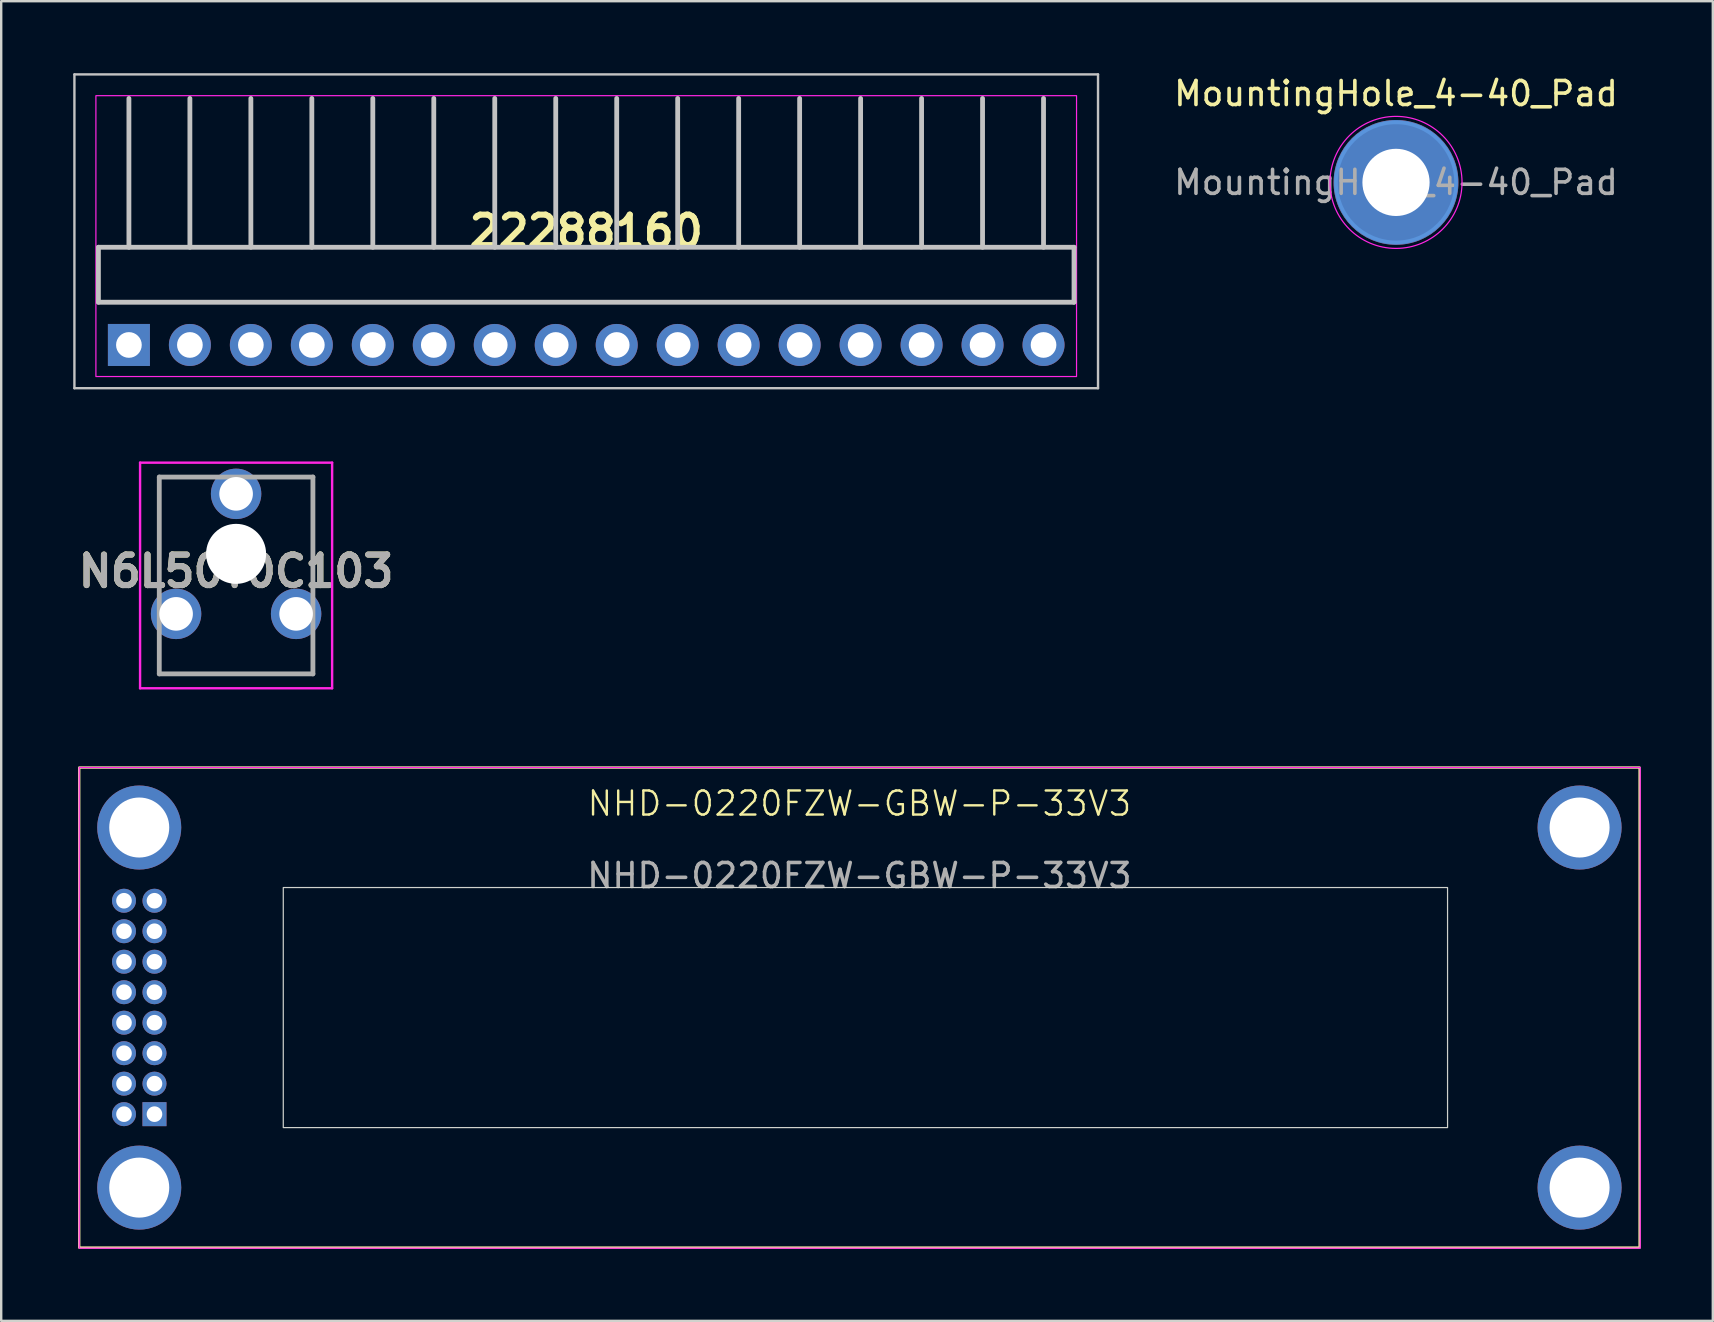
<source format=kicad_pcb>
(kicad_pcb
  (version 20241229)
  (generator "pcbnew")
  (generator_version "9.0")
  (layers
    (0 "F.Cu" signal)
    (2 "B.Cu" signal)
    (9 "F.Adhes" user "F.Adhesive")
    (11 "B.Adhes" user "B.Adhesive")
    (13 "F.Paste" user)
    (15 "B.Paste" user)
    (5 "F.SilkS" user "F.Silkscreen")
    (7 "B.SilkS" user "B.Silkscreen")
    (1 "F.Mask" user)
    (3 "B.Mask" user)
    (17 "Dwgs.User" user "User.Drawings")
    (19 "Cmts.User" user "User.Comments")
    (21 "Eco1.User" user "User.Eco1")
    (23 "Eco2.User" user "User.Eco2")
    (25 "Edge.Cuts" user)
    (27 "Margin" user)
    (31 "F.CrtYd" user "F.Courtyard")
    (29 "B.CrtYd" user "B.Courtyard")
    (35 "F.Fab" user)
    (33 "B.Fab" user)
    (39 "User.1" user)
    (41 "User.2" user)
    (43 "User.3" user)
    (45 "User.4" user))
  (footprint "22288160"
    (layer "F.Cu")
    (at 21.37 6.586)
    (property "Reference" "22288160" (at 0 0 0) (layer "F.SilkS") (effects (font (size 1.27 1.27) (thickness 0.254))))
    (attr through_hole exclude_from_pos_files)
    (fp_line (start -20.32 0.664) (end 20.32 0.664) (stroke (width 0.1) (type solid)) (layer "F.SilkS"))
    (fp_line (start -20.32 2.954) (end -20.32 0.664) (stroke (width 0.1) (type solid)) (layer "F.SilkS"))
    (fp_line (start 20.32 0.664) (end 20.32 2.954) (stroke (width 0.1) (type solid)) (layer "F.SilkS"))
    (fp_line (start 20.32 2.954) (end -20.32 2.954) (stroke (width 0.1) (type solid)) (layer "F.SilkS"))
    (fp_line (start -21.32 -6.536) (end 21.32 -6.536) (stroke (width 0.1) (type solid)) (layer "Dwgs.User"))
    (fp_line (start -21.32 6.536) (end -21.32 -6.536) (stroke (width 0.1) (type solid)) (layer "Dwgs.User"))
    (fp_line (start -20.32 0.664) (end 20.32 0.664) (stroke (width 0.2) (type solid)) (layer "Dwgs.User"))
    (fp_line (start -20.32 2.954) (end -20.32 0.664) (stroke (width 0.2) (type solid)) (layer "Dwgs.User"))
    (fp_line (start -19.05 0.664) (end -19.05 -5.536) (stroke (width 0.2) (type solid)) (layer "Dwgs.User"))
    (fp_line (start -16.51 -5.536) (end -16.51 0.664) (stroke (width 0.2) (type solid)) (layer "Dwgs.User"))
    (fp_line (start -13.97 -5.536) (end -13.97 0.664) (stroke (width 0.2) (type solid)) (layer "Dwgs.User"))
    (fp_line (start -11.43 -5.536) (end -11.43 0.664) (stroke (width 0.2) (type solid)) (layer "Dwgs.User"))
    (fp_line (start -8.89 -5.536) (end -8.89 0.664) (stroke (width 0.2) (type solid)) (layer "Dwgs.User"))
    (fp_line (start -6.35 -5.536) (end -6.35 0.664) (stroke (width 0.2) (type solid)) (layer "Dwgs.User"))
    (fp_line (start -3.81 -5.536) (end -3.81 0.664) (stroke (width 0.2) (type solid)) (layer "Dwgs.User"))
    (fp_line (start -1.27 -5.536) (end -1.27 0.664) (stroke (width 0.2) (type solid)) (layer "Dwgs.User"))
    (fp_line (start 1.27 -5.536) (end 1.27 0.664) (stroke (width 0.2) (type solid)) (layer "Dwgs.User"))
    (fp_line (start 3.81 -5.536) (end 3.81 0.664) (stroke (width 0.2) (type solid)) (layer "Dwgs.User"))
    (fp_line (start 6.35 -5.536) (end 6.35 0.664) (stroke (width 0.2) (type solid)) (layer "Dwgs.User"))
    (fp_line (start 8.89 -5.536) (end 8.89 0.664) (stroke (width 0.2) (type solid)) (layer "Dwgs.User"))
    (fp_line (start 11.43 -5.536) (end 11.43 0.664) (stroke (width 0.2) (type solid)) (layer "Dwgs.User"))
    (fp_line (start 13.97 -5.536) (end 13.97 0.664) (stroke (width 0.2) (type solid)) (layer "Dwgs.User"))
    (fp_line (start 16.51 -5.536) (end 16.51 0.664) (stroke (width 0.2) (type solid)) (layer "Dwgs.User"))
    (fp_line (start 19.05 -5.536) (end 19.05 0.664) (stroke (width 0.2) (type solid)) (layer "Dwgs.User"))
    (fp_line (start 20.32 0.664) (end 20.32 2.954) (stroke (width 0.2) (type solid)) (layer "Dwgs.User"))
    (fp_line (start 20.32 2.954) (end -20.32 2.954) (stroke (width 0.2) (type solid)) (layer "Dwgs.User"))
    (fp_line (start 21.32 -6.536) (end 21.32 6.536) (stroke (width 0.1) (type solid)) (layer "Dwgs.User"))
    (fp_line (start 21.32 6.536) (end -21.32 6.536) (stroke (width 0.1) (type solid)) (layer "Dwgs.User"))
    (fp_rect (start -20.425 -5.65) (end 20.425 6.05) (stroke (width 0.05) (type default)) (fill no) (layer "F.CrtYd"))
    (pad "1" thru_hole rect (at -19.05 4.734 90) (size 1.75 1.75) (drill 1.07) (layers "*.Cu" "*.Mask"))
    (pad "2" thru_hole circle (at -16.51 4.734 90) (size 1.75 1.75) (drill 1.07) (layers "*.Cu" "*.Mask"))
    (pad "3" thru_hole circle (at -13.97 4.734 90) (size 1.75 1.75) (drill 1.07) (layers "*.Cu" "*.Mask"))
    (pad "4" thru_hole circle (at -11.43 4.734 90) (size 1.75 1.75) (drill 1.07) (layers "*.Cu" "*.Mask"))
    (pad "5" thru_hole circle (at -8.89 4.734 90) (size 1.75 1.75) (drill 1.07) (layers "*.Cu" "*.Mask"))
    (pad "6" thru_hole circle (at -6.35 4.734 90) (size 1.75 1.75) (drill 1.07) (layers "*.Cu" "*.Mask"))
    (pad "7" thru_hole circle (at -3.81 4.734 90) (size 1.75 1.75) (drill 1.07) (layers "*.Cu" "*.Mask"))
    (pad "8" thru_hole circle (at -1.27 4.734 90) (size 1.75 1.75) (drill 1.07) (layers "*.Cu" "*.Mask"))
    (pad "9" thru_hole circle (at 1.27 4.734 90) (size 1.75 1.75) (drill 1.07) (layers "*.Cu" "*.Mask"))
    (pad "10" thru_hole circle (at 3.81 4.734 90) (size 1.75 1.75) (drill 1.07) (layers "*.Cu" "*.Mask"))
    (pad "11" thru_hole circle (at 6.35 4.734 90) (size 1.75 1.75) (drill 1.07) (layers "*.Cu" "*.Mask"))
    (pad "12" thru_hole circle (at 8.89 4.734 90) (size 1.75 1.75) (drill 1.07) (layers "*.Cu" "*.Mask"))
    (pad "13" thru_hole circle (at 11.43 4.734 90) (size 1.75 1.75) (drill 1.07) (layers "*.Cu" "*.Mask"))
    (pad "14" thru_hole circle (at 13.97 4.734 90) (size 1.75 1.75) (drill 1.07) (layers "*.Cu" "*.Mask"))
    (pad "15" thru_hole circle (at 16.51 4.734 90) (size 1.75 1.75) (drill 1.07) (layers "*.Cu" "*.Mask"))
    (pad "16" thru_hole circle (at 19.05 4.734 90) (size 1.75 1.75) (drill 1.07) (layers "*.Cu" "*.Mask")))
  (footprint "NHD-0220FZW-GBW-P-33V3"
    (layer "F.Cu")
    (at 0.25 28.922)
    (property "Reference" "NHD-0220FZW-GBW-P-33V3" (at 32.5 1.5 0) (unlocked yes) (layer "F.SilkS") (effects (font (size 1 1) (thickness 0.1))))
    (attr through_hole)
    (fp_rect (start 0 0) (end 65 20) (stroke (width 0.1) (type default)) (fill no) (layer "F.SilkS"))
    (fp_rect (start 8.5 5) (end 57 15) (stroke (width 0.05) (type default)) (fill no) (layer "Edge.Cuts"))
    (fp_rect (start 0 0) (end 65.025 20.025) (stroke (width 0.05) (type default)) (fill no) (layer "F.CrtYd"))
    (fp_text user "${REFERENCE}" (at 32.5 4.5 0) (unlocked yes) (layer "F.Fab") (effects (font (size 1 1) (thickness 0.15))))
    (pad "" thru_hole circle (at 2.5 2.5) (size 3.5 3.5) (drill 2.5) (layers "*.Cu" "*.Mask"))
    (pad "" thru_hole circle (at 2.5 17.5) (size 3.5 3.5) (drill 2.5) (layers "*.Cu" "*.Mask"))
    (pad "" thru_hole circle (at 62.5 2.5) (size 3.5 3.5) (drill 2.5) (layers "*.Cu" "*.Mask"))
    (pad "" thru_hole circle (at 62.5 17.5) (size 3.5 3.5) (drill 2.5) (layers "*.Cu" "*.Mask"))
    (pad "1" thru_hole rect (at 3.135 14.44) (size 1 1) (drill 0.65) (layers "*.Cu" "*.Mask"))
    (pad "2" thru_hole circle (at 1.865 14.44) (size 1 1) (drill 0.65) (layers "*.Cu" "*.Mask"))
    (pad "3" thru_hole circle (at 3.135 13.17) (size 1 1) (drill 0.65) (layers "*.Cu" "*.Mask"))
    (pad "4" thru_hole circle (at 1.865 13.17) (size 1 1) (drill 0.65) (layers "*.Cu" "*.Mask"))
    (pad "5" thru_hole circle (at 3.135 11.9) (size 1 1) (drill 0.65) (layers "*.Cu" "*.Mask"))
    (pad "6" thru_hole circle (at 1.865 11.9) (size 1 1) (drill 0.65) (layers "*.Cu" "*.Mask"))
    (pad "7" thru_hole circle (at 3.135 10.63) (size 1 1) (drill 0.65) (layers "*.Cu" "*.Mask"))
    (pad "8" thru_hole circle (at 1.865 10.63) (size 1 1) (drill 0.65) (layers "*.Cu" "*.Mask"))
    (pad "9" thru_hole circle (at 3.135 9.36) (size 1 1) (drill 0.65) (layers "*.Cu" "*.Mask"))
    (pad "10" thru_hole circle (at 1.865 9.36) (size 1 1) (drill 0.65) (layers "*.Cu" "*.Mask"))
    (pad "11" thru_hole circle (at 3.135 8.09) (size 1 1) (drill 0.65) (layers "*.Cu" "*.Mask"))
    (pad "12" thru_hole circle (at 1.865 8.09) (size 1 1) (drill 0.65) (layers "*.Cu" "*.Mask"))
    (pad "13" thru_hole circle (at 3.135 6.82) (size 1 1) (drill 0.65) (layers "*.Cu" "*.Mask"))
    (pad "14" thru_hole circle (at 1.865 6.82) (size 1 1) (drill 0.65) (layers "*.Cu" "*.Mask"))
    (pad "15" thru_hole circle (at 3.135 5.55) (size 1 1) (drill 0.65) (layers "*.Cu" "*.Mask"))
    (pad "16" thru_hole circle (at 1.865 5.55) (size 1 1) (drill 0.65) (layers "*.Cu" "*.Mask")))
  (footprint "MountingHole_4-40_Pad"
    (layer "F.Cu")
    (at 55.103 4.548)
    (property "Reference" "MountingHole_4-40_Pad" (at 0 -3.7 0) (layer "F.SilkS") (effects (font (size 1 1) (thickness 0.15))))
    (attr exclude_from_pos_files exclude_from_bom)
    (fp_circle (center 0 0) (end 2.5 0) (stroke (width 0.15) (type solid)) (fill no) (layer "Cmts.User"))
    (fp_circle (center 0 0) (end 2.75 0) (stroke (width 0.05) (type solid)) (fill no) (layer "F.CrtYd"))
    (fp_text user "${REFERENCE}" (at 0 0 0) (layer "F.Fab") (effects (font (size 1 1) (thickness 0.15))))
    (pad "1" thru_hole circle (at 0 0) (size 5.2 5.2) (drill 2.8) (layers "*.Cu" "*.Mask")))
  (footprint "N6L50T0C103"
    (layer "F.Cu")
    (at 6.785 20.022)
    (property "Reference" "N6L50T0C103" (at 0 0.725 0) (layer "F.SilkS") (effects (font (size 1.27 1.27) (thickness 0.254))))
    (attr through_hole)
    (fp_line (start -3.2 -3.2) (end -1.5 -3.2) (stroke (width 0.1) (type solid)) (layer "F.SilkS"))
    (fp_line (start -3.2 1) (end -3.2 -3.2) (stroke (width 0.1) (type solid)) (layer "F.SilkS"))
    (fp_line (start -3.2 3.5) (end -3.2 5) (stroke (width 0.1) (type solid)) (layer "F.SilkS"))
    (fp_line (start -3.2 5) (end 3.2 5) (stroke (width 0.1) (type solid)) (layer "F.SilkS"))
    (fp_line (start 1.5 -3.2) (end 3.2 -3.2) (stroke (width 0.1) (type solid)) (layer "F.SilkS"))
    (fp_line (start 3.2 -3.2) (end 3.2 1) (stroke (width 0.1) (type solid)) (layer "F.SilkS"))
    (fp_line (start 3.2 5) (end 3.2 3.5) (stroke (width 0.1) (type solid)) (layer "F.SilkS"))
    (fp_line (start -4 -3.8) (end 4 -3.8) (stroke (width 0.1) (type solid)) (layer "F.CrtYd"))
    (fp_line (start -4 5.6) (end -4 -3.8) (stroke (width 0.1) (type solid)) (layer "F.CrtYd"))
    (fp_line (start 4 -3.8) (end 4 5.6) (stroke (width 0.1) (type solid)) (layer "F.CrtYd"))
    (fp_line (start 4 5.6) (end -4 5.6) (stroke (width 0.1) (type solid)) (layer "F.CrtYd"))
    (fp_line (start -3.2 -3.2) (end 3.2 -3.2) (stroke (width 0.2) (type solid)) (layer "F.Fab"))
    (fp_line (start -3.2 5) (end -3.2 -3.2) (stroke (width 0.2) (type solid)) (layer "F.Fab"))
    (fp_line (start 3.2 -3.2) (end 3.2 5) (stroke (width 0.2) (type solid)) (layer "F.Fab"))
    (fp_line (start 3.2 5) (end -3.2 5) (stroke (width 0.2) (type solid)) (layer "F.Fab"))
    (fp_text user "${REFERENCE}" (at 0 0.725 0) (layer "F.Fab") (effects (font (size 1.27 1.27) (thickness 0.254))))
    (pad "" np_thru_hole circle (at 0 0) (size 2.5 2.5) (drill 2.5) (layers "*.Cu"))
    (pad "1" thru_hole circle (at -2.5 2.5) (size 2.1 2.1) (drill 1.4) (layers "*.Cu" "*.Mask"))
    (pad "2" thru_hole circle (at 0 -2.5) (size 2.1 2.1) (drill 1.4) (layers "*.Cu" "*.Mask"))
    (pad "3" thru_hole circle (at 2.5 2.5) (size 2.1 2.1) (drill 1.4) (layers "*.Cu" "*.Mask")))
  (gr_rect
    (start -3 -3)
    (end 68.3 51.972)
    (stroke (width 0.1) (type default))
    (fill no)
    (layer "Edge.Cuts")))
</source>
